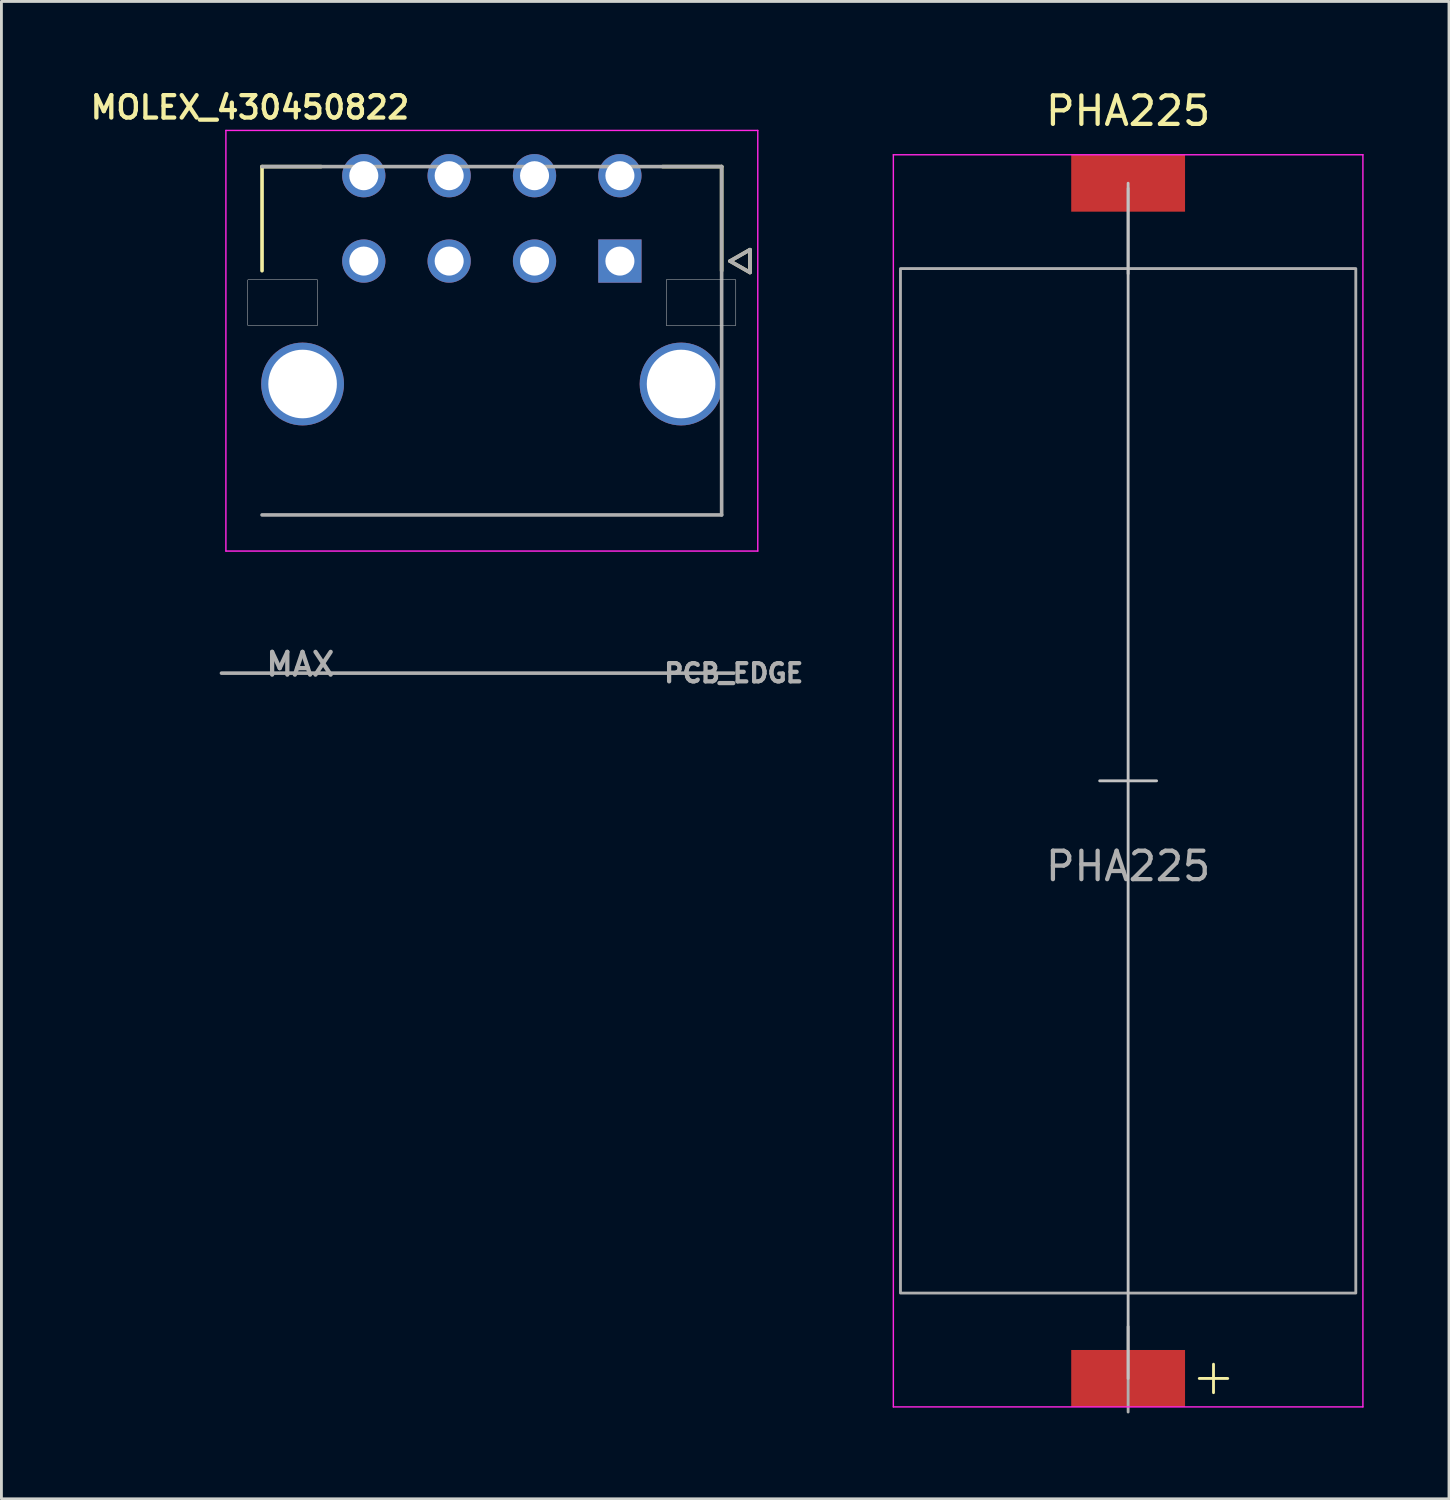
<source format=kicad_pcb>
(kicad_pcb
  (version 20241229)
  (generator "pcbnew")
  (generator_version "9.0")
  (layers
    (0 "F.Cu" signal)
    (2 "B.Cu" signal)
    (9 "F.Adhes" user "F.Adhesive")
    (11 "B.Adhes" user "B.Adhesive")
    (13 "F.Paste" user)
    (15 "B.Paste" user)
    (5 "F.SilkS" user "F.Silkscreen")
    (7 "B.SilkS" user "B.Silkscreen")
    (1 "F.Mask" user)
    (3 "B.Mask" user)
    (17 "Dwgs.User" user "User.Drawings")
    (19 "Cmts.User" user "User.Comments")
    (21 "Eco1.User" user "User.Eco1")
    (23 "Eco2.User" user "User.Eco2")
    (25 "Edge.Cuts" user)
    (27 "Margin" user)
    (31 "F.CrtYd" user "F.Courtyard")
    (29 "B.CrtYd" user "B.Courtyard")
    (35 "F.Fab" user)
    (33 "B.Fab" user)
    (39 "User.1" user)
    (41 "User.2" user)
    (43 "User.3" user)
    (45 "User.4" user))
  (footprint "PHA225"
    (layer "F.Cu")
    (at 36.592 3.388)
    (property "Reference" "PHA225" (at 0 -2.54 180) (layer "F.SilkS") (effects (font (size 1 1) (thickness 0.15))))
    (attr through_hole)
    (fp_line (start 2.5 42) (end 3.5 42) (stroke (width 0.1) (type default)) (layer "F.SilkS"))
    (fp_line (start 3 41.5) (end 3 42.5) (stroke (width 0.1) (type default)) (layer "F.SilkS"))
    (fp_line (start -1 21) (end 1 21) (stroke (width 0.1) (type default)) (layer "Dwgs.User"))
    (fp_line (start 0 42) (end 0 0) (stroke (width 0.1) (type default)) (layer "Dwgs.User"))
    (fp_line (start -8.25 -1) (end -8.25 43) (stroke (width 0.05) (type solid)) (layer "F.CrtYd"))
    (fp_line (start -8.25 43) (end 8.25 43) (stroke (width 0.05) (type solid)) (layer "F.CrtYd"))
    (fp_line (start 8.25 -1) (end -8.25 -1) (stroke (width 0.05) (type solid)) (layer "F.CrtYd"))
    (fp_line (start 8.25 43) (end 8.25 -1) (stroke (width 0.05) (type solid)) (layer "F.CrtYd"))
    (fp_line (start 0 0.18) (end 0 3.18) (stroke (width 0.1) (type solid)) (layer "F.Fab"))
    (fp_line (start 0 43.18) (end 0 40.18) (stroke (width 0.1) (type solid)) (layer "F.Fab"))
    (fp_rect (start -8 3) (end 8 39) (stroke (width 0.1) (type default)) (fill no) (layer "F.Fab"))
    (fp_text user "${REFERENCE}" (at 0 24 180) (layer "F.Fab") (effects (font (size 1 1) (thickness 0.15))))
    (pad "1" smd rect (at 0 42 90) (size 2 4) (layers "F.Cu" "F.Mask" "F.Paste"))
    (pad "2" smd rect (at 0 0 90) (size 2 4) (layers "F.Cu" "F.Mask" "F.Paste")))
  (footprint "MOLEX_430450822"
    (layer "F.Cu")
    (at 18.733 6.124)
    (property "Reference" "MOLEX_430450822" (at -13 -5.4 180) (layer "F.SilkS") (effects (font (size 0.787 0.787) (thickness 0.15))))
    (attr through_hole)
    (fp_circle (center -11.15 4.32) (end -10.384 4.32) (stroke (width 1.531) (type solid)) (fill no) (layer "F.Mask"))
    (fp_circle (center -9 -3) (end -8.582 -3) (stroke (width 0.836) (type solid)) (fill no) (layer "F.Mask"))
    (fp_circle (center -9 0) (end -8.582 0) (stroke (width 0.836) (type solid)) (fill no) (layer "F.Mask"))
    (fp_circle (center -6 -3) (end -5.582 -3) (stroke (width 0.836) (type solid)) (fill no) (layer "F.Mask"))
    (fp_circle (center -6 0) (end -5.582 0) (stroke (width 0.836) (type solid)) (fill no) (layer "F.Mask"))
    (fp_circle (center -3 -3) (end -2.582 -3) (stroke (width 0.836) (type solid)) (fill no) (layer "F.Mask"))
    (fp_circle (center -3 0) (end -2.582 0) (stroke (width 0.836) (type solid)) (fill no) (layer "F.Mask"))
    (fp_circle (center 0 -3) (end 0.418 -3) (stroke (width 0.836) (type solid)) (fill no) (layer "F.Mask"))
    (fp_circle (center 2.15 4.32) (end 2.916 4.32) (stroke (width 1.531) (type solid)) (fill no) (layer "F.Mask"))
    (fp_poly (pts (xy -0.836 -0.836) (xy 0.836 -0.836) (xy 0.836 0.836) (xy -0.836 0.836)) (stroke (width 0.01) (type solid)) (fill yes) (layer "F.Mask"))
    (fp_circle (center -11.15 4.32) (end -10.384 4.32) (stroke (width 1.531) (type solid)) (fill no) (layer "B.Mask"))
    (fp_circle (center -9 -3) (end -8.582 -3) (stroke (width 0.836) (type solid)) (fill no) (layer "B.Mask"))
    (fp_circle (center -9 0) (end -8.582 0) (stroke (width 0.836) (type solid)) (fill no) (layer "B.Mask"))
    (fp_circle (center -6 -3) (end -5.582 -3) (stroke (width 0.836) (type solid)) (fill no) (layer "B.Mask"))
    (fp_circle (center -6 0) (end -5.582 0) (stroke (width 0.836) (type solid)) (fill no) (layer "B.Mask"))
    (fp_circle (center -3 -3) (end -2.582 -3) (stroke (width 0.836) (type solid)) (fill no) (layer "B.Mask"))
    (fp_circle (center -3 0) (end -2.582 0) (stroke (width 0.836) (type solid)) (fill no) (layer "B.Mask"))
    (fp_circle (center 0 -3) (end 0.418 -3) (stroke (width 0.836) (type solid)) (fill no) (layer "B.Mask"))
    (fp_circle (center 2.15 4.32) (end 2.916 4.32) (stroke (width 1.531) (type solid)) (fill no) (layer "B.Mask"))
    (fp_poly (pts (xy -0.836 -0.836) (xy 0.836 -0.836) (xy 0.836 0.836) (xy -0.836 0.836)) (stroke (width 0.01) (type solid)) (fill yes) (layer "B.Mask"))
    (fp_line (start -12.575 -3.32) (end -12.575 0.34) (stroke (width 0.127) (type solid)) (layer "F.SilkS"))
    (fp_line (start -10.5 -3.32) (end -12.575 -3.32) (stroke (width 0.127) (type solid)) (layer "F.SilkS"))
    (fp_line (start 3.575 -3.32) (end 1.5 -3.32) (stroke (width 0.127) (type solid)) (layer "F.SilkS"))
    (fp_line (start 3.575 0.34) (end 3.575 -3.32) (stroke (width 0.127) (type solid)) (layer "F.SilkS"))
    (fp_line (start 3.87 0) (end 4.57 0.4) (stroke (width 0.127) (type solid)) (layer "F.SilkS"))
    (fp_line (start 4.57 -0.4) (end 3.87 0) (stroke (width 0.127) (type solid)) (layer "F.SilkS"))
    (fp_line (start 4.57 0.4) (end 4.57 -0.4) (stroke (width 0.127) (type solid)) (layer "F.SilkS"))
    (fp_poly (pts (xy -13.075 0.66) (xy -10.625 0.66) (xy -10.625 2.26) (xy -13.075 2.26)) (stroke (width 0.01) (type solid)) (fill no) (layer "Dwgs.User"))
    (fp_poly (pts (xy -13.075 0.66) (xy -10.625 0.66) (xy -10.625 2.26) (xy -13.075 2.26)) (stroke (width 0.01) (type solid)) (fill no) (layer "Dwgs.User"))
    (fp_poly (pts (xy 1.625 0.66) (xy 4.075 0.66) (xy 4.075 2.26) (xy 1.625 2.26)) (stroke (width 0.01) (type solid)) (fill no) (layer "Dwgs.User"))
    (fp_poly (pts (xy 1.625 0.66) (xy 4.075 0.66) (xy 4.075 2.26) (xy 1.625 2.26)) (stroke (width 0.01) (type solid)) (fill no) (layer "Dwgs.User"))
    (fp_line (start -13.845 -4.59) (end 4.845 -4.59) (stroke (width 0.05) (type solid)) (layer "F.CrtYd"))
    (fp_line (start -13.845 10.19) (end -13.845 -4.59) (stroke (width 0.05) (type solid)) (layer "F.CrtYd"))
    (fp_line (start 4.845 -4.59) (end 4.845 10.19) (stroke (width 0.05) (type solid)) (layer "F.CrtYd"))
    (fp_line (start 4.845 10.19) (end -13.845 10.19) (stroke (width 0.05) (type solid)) (layer "F.CrtYd"))
    (fp_line (start -14 14.48) (end 4 14.48) (stroke (width 0.127) (type solid)) (layer "F.Fab"))
    (fp_line (start -12.575 -3.32) (end 3.575 -3.32) (stroke (width 0.127) (type solid)) (layer "F.Fab"))
    (fp_line (start 3.575 -3.32) (end 3.575 8.92) (stroke (width 0.127) (type solid)) (layer "F.Fab"))
    (fp_line (start 3.575 8.92) (end -12.575 8.92) (stroke (width 0.127) (type solid)) (layer "F.Fab"))
    (fp_line (start 3.87 0) (end 4.57 0.4) (stroke (width 0.127) (type solid)) (layer "F.Fab"))
    (fp_line (start 4.57 -0.4) (end 3.87 0) (stroke (width 0.127) (type solid)) (layer "F.Fab"))
    (fp_line (start 4.57 0.4) (end 4.57 -0.4) (stroke (width 0.127) (type solid)) (layer "F.Fab"))
    (fp_text user "PCB_EDGE" (at 4 14.48 180) (layer "F.Fab") (effects (font (size 0.64 0.64) (thickness 0.15))))
    (fp_text user "MAX" (at -11.23 14.17 180) (layer "F.Fab") (effects (font (size 0.8 0.8) (thickness 0.15))))
    (pad "1" thru_hole rect (at 0 0) (size 1.52 1.52) (drill 1.02) (layers "*.Cu"))
    (pad "2" thru_hole circle (at -3 0) (size 1.52 1.52) (drill 1.02) (layers "*.Cu"))
    (pad "3" thru_hole circle (at -6 0) (size 1.52 1.52) (drill 1.02) (layers "*.Cu"))
    (pad "4" thru_hole circle (at -9 0) (size 1.52 1.52) (drill 1.02) (layers "*.Cu"))
    (pad "5" thru_hole circle (at 0 -3) (size 1.52 1.52) (drill 1.02) (layers "*.Cu"))
    (pad "6" thru_hole circle (at -3 -3) (size 1.52 1.52) (drill 1.02) (layers "*.Cu"))
    (pad "7" thru_hole circle (at -6 -3) (size 1.52 1.52) (drill 1.02) (layers "*.Cu"))
    (pad "8" thru_hole circle (at -9 -3) (size 1.52 1.52) (drill 1.02) (layers "*.Cu"))
    (pad "S1" thru_hole circle (at 2.15 4.32) (size 2.91 2.91) (drill 2.41) (layers "*.Cu"))
    (pad "S2" thru_hole circle (at -11.15 4.32) (size 2.91 2.91) (drill 2.41) (layers "*.Cu")))
  (gr_rect
    (start -3 -3)
    (end 47.867 49.618)
    (stroke (width 0.1) (type default))
    (fill no)
    (layer "Edge.Cuts")))
</source>
